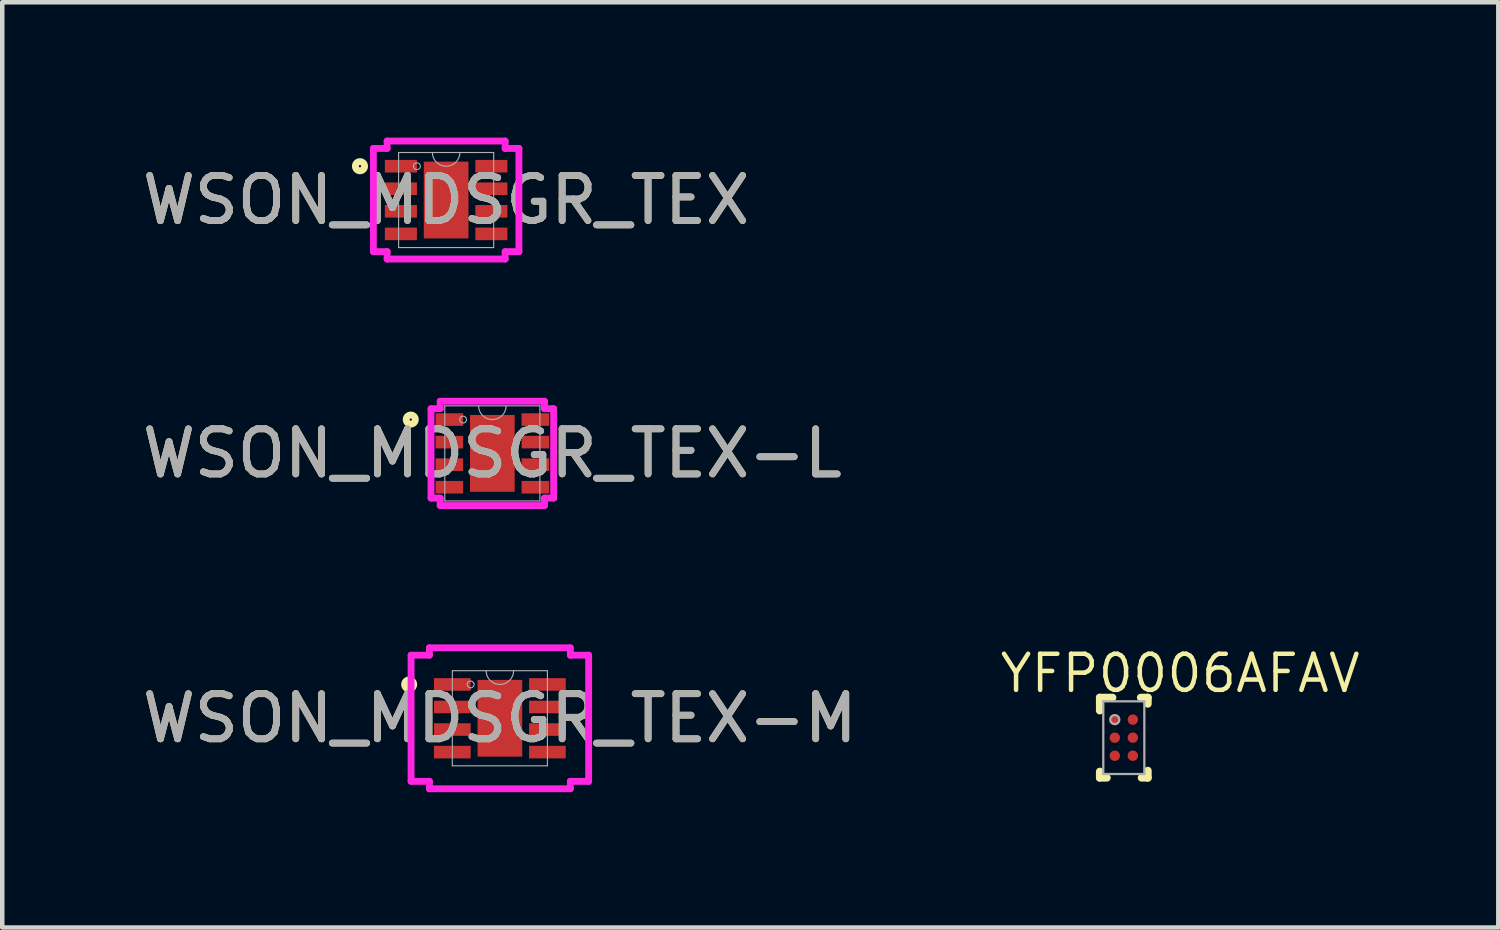
<source format=kicad_pcb>
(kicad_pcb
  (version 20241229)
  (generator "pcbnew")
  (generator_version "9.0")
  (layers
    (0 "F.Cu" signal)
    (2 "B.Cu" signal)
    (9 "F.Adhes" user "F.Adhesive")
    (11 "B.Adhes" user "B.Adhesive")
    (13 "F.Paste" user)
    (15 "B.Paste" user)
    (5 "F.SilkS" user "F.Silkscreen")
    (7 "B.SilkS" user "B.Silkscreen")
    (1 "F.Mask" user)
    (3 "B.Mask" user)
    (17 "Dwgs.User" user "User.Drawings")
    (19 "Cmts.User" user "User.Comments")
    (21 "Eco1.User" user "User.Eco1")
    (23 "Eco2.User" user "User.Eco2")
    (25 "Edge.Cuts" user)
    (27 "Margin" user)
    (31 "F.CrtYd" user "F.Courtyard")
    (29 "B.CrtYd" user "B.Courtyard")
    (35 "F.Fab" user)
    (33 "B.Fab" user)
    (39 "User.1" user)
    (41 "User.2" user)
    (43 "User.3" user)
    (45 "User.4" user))
  (footprint "WSON_MDSGR_TEX"
    (layer "F.Cu")
    (at 6.839 1.384)
    (property "Reference" "WSON_MDSGR_TEX" (at 0 0 0) (unlocked yes) (layer "F.SilkS") (effects (font (size 1 1) (thickness 0.15))))
    (attr smd)
    (fp_circle (center -1.91 -0.75) (end -1.808 -0.75) (stroke (width 0.152) (type solid)) (fill no) (layer "F.SilkS"))
    (fp_line (start -1.613 -1.144) (end -1.308 -1.144) (stroke (width 0.152) (type solid)) (layer "F.CrtYd"))
    (fp_line (start -1.613 1.144) (end -1.613 -1.144) (stroke (width 0.152) (type solid)) (layer "F.CrtYd"))
    (fp_line (start -1.613 1.144) (end -1.308 1.144) (stroke (width 0.152) (type solid)) (layer "F.CrtYd"))
    (fp_line (start -1.308 -1.308) (end 1.308 -1.308) (stroke (width 0.152) (type solid)) (layer "F.CrtYd"))
    (fp_line (start -1.308 -1.144) (end -1.308 -1.308) (stroke (width 0.152) (type solid)) (layer "F.CrtYd"))
    (fp_line (start -1.308 1.308) (end -1.308 1.144) (stroke (width 0.152) (type solid)) (layer "F.CrtYd"))
    (fp_line (start 1.308 -1.308) (end 1.308 -1.144) (stroke (width 0.152) (type solid)) (layer "F.CrtYd"))
    (fp_line (start 1.308 1.144) (end 1.308 1.308) (stroke (width 0.152) (type solid)) (layer "F.CrtYd"))
    (fp_line (start 1.308 1.308) (end -1.308 1.308) (stroke (width 0.152) (type solid)) (layer "F.CrtYd"))
    (fp_line (start 1.613 -1.144) (end 1.308 -1.144) (stroke (width 0.152) (type solid)) (layer "F.CrtYd"))
    (fp_line (start 1.613 -1.144) (end 1.613 1.144) (stroke (width 0.152) (type solid)) (layer "F.CrtYd"))
    (fp_line (start 1.613 1.144) (end 1.308 1.144) (stroke (width 0.152) (type solid)) (layer "F.CrtYd"))
    (fp_line (start -1.054 -1.054) (end -1.054 1.054) (stroke (width 0.025) (type solid)) (layer "F.Fab"))
    (fp_line (start -1.054 1.054) (end 1.054 1.054) (stroke (width 0.025) (type solid)) (layer "F.Fab"))
    (fp_line (start 1.054 -1.054) (end -1.054 -1.054) (stroke (width 0.025) (type solid)) (layer "F.Fab"))
    (fp_line (start 1.054 1.054) (end 1.054 -1.054) (stroke (width 0.025) (type solid)) (layer "F.Fab"))
    (fp_arc (start 0.3048 -1.0541) (mid 0 -0.7493) (end -0.3048 -1.0541) (stroke (width 0.0254) (type solid)) (layer "F.Fab"))
    (fp_circle (center -0.648 -0.75) (end -0.572 -0.75) (stroke (width 0.025) (type solid)) (fill no) (layer "F.Fab"))
    (fp_text user "${REFERENCE}" (at 0 0 0) (unlocked yes) (layer "F.Fab") (effects (font (size 1 1) (thickness 0.15))))
    (pad "1" smd rect (at -1.003 -0.75) (size 0.711 0.279) (layers "F.Cu" "F.Mask" "F.Paste"))
    (pad "2" smd rect (at -1.003 -0.25) (size 0.711 0.279) (layers "F.Cu" "F.Mask" "F.Paste"))
    (pad "3" smd rect (at -1.003 0.25) (size 0.711 0.279) (layers "F.Cu" "F.Mask" "F.Paste"))
    (pad "4" smd rect (at -1.003 0.75) (size 0.711 0.279) (layers "F.Cu" "F.Mask" "F.Paste"))
    (pad "5" smd rect (at 1.003 0.75) (size 0.711 0.279) (layers "F.Cu" "F.Mask" "F.Paste"))
    (pad "6" smd rect (at 1.003 0.25) (size 0.711 0.279) (layers "F.Cu" "F.Mask" "F.Paste"))
    (pad "7" smd rect (at 1.003 -0.25) (size 0.711 0.279) (layers "F.Cu" "F.Mask" "F.Paste"))
    (pad "8" smd rect (at 1.003 -0.75) (size 0.711 0.279) (layers "F.Cu" "F.Mask" "F.Paste"))
    (pad "9" smd rect (at 0 0) (size 0.991 1.702) (layers "F.Cu" "F.Mask" "F.Paste")))
  (footprint "WSON_MDSGR_TEX-M"
    (layer "F.Cu")
    (at 8.03 12.871)
    (property "Reference" "WSON_MDSGR_TEX-M" (at 0 0 0) (unlocked yes) (layer "F.SilkS") (effects (font (size 1 1) (thickness 0.15))))
    (attr smd)
    (fp_circle (center -2.011 -0.75) (end -1.91 -0.75) (stroke (width 0.152) (type solid)) (fill no) (layer "F.SilkS"))
    (fp_line (start -1.968 -1.398) (end -1.562 -1.398) (stroke (width 0.152) (type solid)) (layer "F.CrtYd"))
    (fp_line (start -1.968 1.398) (end -1.968 -1.398) (stroke (width 0.152) (type solid)) (layer "F.CrtYd"))
    (fp_line (start -1.968 1.398) (end -1.562 1.398) (stroke (width 0.152) (type solid)) (layer "F.CrtYd"))
    (fp_line (start -1.562 -1.562) (end 1.562 -1.562) (stroke (width 0.152) (type solid)) (layer "F.CrtYd"))
    (fp_line (start -1.562 -1.398) (end -1.562 -1.562) (stroke (width 0.152) (type solid)) (layer "F.CrtYd"))
    (fp_line (start -1.562 1.562) (end -1.562 1.398) (stroke (width 0.152) (type solid)) (layer "F.CrtYd"))
    (fp_line (start 1.562 -1.562) (end 1.562 -1.398) (stroke (width 0.152) (type solid)) (layer "F.CrtYd"))
    (fp_line (start 1.562 1.398) (end 1.562 1.562) (stroke (width 0.152) (type solid)) (layer "F.CrtYd"))
    (fp_line (start 1.562 1.562) (end -1.562 1.562) (stroke (width 0.152) (type solid)) (layer "F.CrtYd"))
    (fp_line (start 1.968 -1.398) (end 1.562 -1.398) (stroke (width 0.152) (type solid)) (layer "F.CrtYd"))
    (fp_line (start 1.968 -1.398) (end 1.968 1.398) (stroke (width 0.152) (type solid)) (layer "F.CrtYd"))
    (fp_line (start 1.968 1.398) (end 1.562 1.398) (stroke (width 0.152) (type solid)) (layer "F.CrtYd"))
    (fp_line (start -1.054 -1.054) (end -1.054 1.054) (stroke (width 0.025) (type solid)) (layer "F.Fab"))
    (fp_line (start -1.054 1.054) (end 1.054 1.054) (stroke (width 0.025) (type solid)) (layer "F.Fab"))
    (fp_line (start 1.054 -1.054) (end -1.054 -1.054) (stroke (width 0.025) (type solid)) (layer "F.Fab"))
    (fp_line (start 1.054 1.054) (end 1.054 -1.054) (stroke (width 0.025) (type solid)) (layer "F.Fab"))
    (fp_arc (start 0.3048 -1.0541) (mid 0 -0.7493) (end -0.3048 -1.0541) (stroke (width 0.0254) (type solid)) (layer "F.Fab"))
    (fp_circle (center -0.648 -0.75) (end -0.572 -0.75) (stroke (width 0.025) (type solid)) (fill no) (layer "F.Fab"))
    (fp_text user "${REFERENCE}" (at 0 0 0) (unlocked yes) (layer "F.Fab") (effects (font (size 1 1) (thickness 0.15))))
    (pad "1" smd rect (at -1.054 -0.75) (size 0.813 0.279) (layers "F.Cu" "F.Mask" "F.Paste"))
    (pad "2" smd rect (at -1.054 -0.25) (size 0.813 0.279) (layers "F.Cu" "F.Mask" "F.Paste"))
    (pad "3" smd rect (at -1.054 0.25) (size 0.813 0.279) (layers "F.Cu" "F.Mask" "F.Paste"))
    (pad "4" smd rect (at -1.054 0.75) (size 0.813 0.279) (layers "F.Cu" "F.Mask" "F.Paste"))
    (pad "5" smd rect (at 1.054 0.75) (size 0.813 0.279) (layers "F.Cu" "F.Mask" "F.Paste"))
    (pad "6" smd rect (at 1.054 0.25) (size 0.813 0.279) (layers "F.Cu" "F.Mask" "F.Paste"))
    (pad "7" smd rect (at 1.054 -0.25) (size 0.813 0.279) (layers "F.Cu" "F.Mask" "F.Paste"))
    (pad "8" smd rect (at 1.054 -0.75) (size 0.813 0.279) (layers "F.Cu" "F.Mask" "F.Paste"))
    (pad "9" smd rect (at 0 0) (size 0.991 1.702) (layers "F.Cu" "F.Mask" "F.Paste")))
  (footprint "WSON_MDSGR_TEX-L"
    (layer "F.Cu")
    (at 7.863 7)
    (property "Reference" "WSON_MDSGR_TEX-L" (at 0 0 0) (unlocked yes) (layer "F.SilkS") (effects (font (size 1 1) (thickness 0.15))))
    (attr smd)
    (fp_circle (center -1.808 -0.75) (end -1.707 -0.75) (stroke (width 0.152) (type solid)) (fill no) (layer "F.SilkS"))
    (fp_line (start -1.359 -0.991) (end -1.156 -0.991) (stroke (width 0.152) (type solid)) (layer "F.CrtYd"))
    (fp_line (start -1.359 0.991) (end -1.359 -0.991) (stroke (width 0.152) (type solid)) (layer "F.CrtYd"))
    (fp_line (start -1.359 0.991) (end -1.156 0.991) (stroke (width 0.152) (type solid)) (layer "F.CrtYd"))
    (fp_line (start -1.156 -1.156) (end 1.156 -1.156) (stroke (width 0.152) (type solid)) (layer "F.CrtYd"))
    (fp_line (start -1.156 -0.991) (end -1.156 -1.156) (stroke (width 0.152) (type solid)) (layer "F.CrtYd"))
    (fp_line (start -1.156 1.156) (end -1.156 0.991) (stroke (width 0.152) (type solid)) (layer "F.CrtYd"))
    (fp_line (start 1.156 -1.156) (end 1.156 -0.991) (stroke (width 0.152) (type solid)) (layer "F.CrtYd"))
    (fp_line (start 1.156 0.991) (end 1.156 1.156) (stroke (width 0.152) (type solid)) (layer "F.CrtYd"))
    (fp_line (start 1.156 1.156) (end -1.156 1.156) (stroke (width 0.152) (type solid)) (layer "F.CrtYd"))
    (fp_line (start 1.359 -0.991) (end 1.156 -0.991) (stroke (width 0.152) (type solid)) (layer "F.CrtYd"))
    (fp_line (start 1.359 -0.991) (end 1.359 0.991) (stroke (width 0.152) (type solid)) (layer "F.CrtYd"))
    (fp_line (start 1.359 0.991) (end 1.156 0.991) (stroke (width 0.152) (type solid)) (layer "F.CrtYd"))
    (fp_line (start -1.054 -1.054) (end -1.054 1.054) (stroke (width 0.025) (type solid)) (layer "F.Fab"))
    (fp_line (start -1.054 1.054) (end 1.054 1.054) (stroke (width 0.025) (type solid)) (layer "F.Fab"))
    (fp_line (start 1.054 -1.054) (end -1.054 -1.054) (stroke (width 0.025) (type solid)) (layer "F.Fab"))
    (fp_line (start 1.054 1.054) (end 1.054 -1.054) (stroke (width 0.025) (type solid)) (layer "F.Fab"))
    (fp_arc (start 0.3048 -1.0541) (mid 0 -0.7493) (end -0.3048 -1.0541) (stroke (width 0.0254) (type solid)) (layer "F.Fab"))
    (fp_circle (center -0.648 -0.75) (end -0.572 -0.75) (stroke (width 0.025) (type solid)) (fill no) (layer "F.Fab"))
    (fp_text user "${REFERENCE}" (at 0 0 0) (unlocked yes) (layer "F.Fab") (effects (font (size 1 1) (thickness 0.15))))
    (pad "1" smd rect (at -0.953 -0.75) (size 0.61 0.279) (layers "F.Cu" "F.Mask" "F.Paste"))
    (pad "2" smd rect (at -0.953 -0.25) (size 0.61 0.279) (layers "F.Cu" "F.Mask" "F.Paste"))
    (pad "3" smd rect (at -0.953 0.25) (size 0.61 0.279) (layers "F.Cu" "F.Mask" "F.Paste"))
    (pad "4" smd rect (at -0.953 0.75) (size 0.61 0.279) (layers "F.Cu" "F.Mask" "F.Paste"))
    (pad "5" smd rect (at 0.953 0.75) (size 0.61 0.279) (layers "F.Cu" "F.Mask" "F.Paste"))
    (pad "6" smd rect (at 0.953 0.25) (size 0.61 0.279) (layers "F.Cu" "F.Mask" "F.Paste"))
    (pad "7" smd rect (at 0.953 -0.25) (size 0.61 0.279) (layers "F.Cu" "F.Mask" "F.Paste"))
    (pad "8" smd rect (at 0.953 -0.75) (size 0.61 0.279) (layers "F.Cu" "F.Mask" "F.Paste"))
    (pad "9" smd rect (at 0 0) (size 0.991 1.702) (layers "F.Cu" "F.Mask" "F.Paste")))
  (footprint "YFP0006AFAV"
    (layer "F.Cu")
    (at 21.86 13.301)
    (property "Reference" "YFP0006AFAV" (at 1.25 -1.425 0) (unlocked yes) (layer "F.SilkS") (effects (font (size 0.8 0.8) (thickness 0.1))))
    (attr smd)
    (fp_line (start -0.533 -0.889) (end -0.25 -0.889) (stroke (width 0.17) (type solid)) (layer "F.SilkS"))
    (fp_line (start -0.533 -0.6) (end -0.533 -0.889) (stroke (width 0.17) (type solid)) (layer "F.SilkS"))
    (fp_line (start -0.533 0.889) (end -0.533 0.75) (stroke (width 0.17) (type solid)) (layer "F.SilkS"))
    (fp_line (start -0.533 0.889) (end -0.375 0.889) (stroke (width 0.17) (type solid)) (layer "F.SilkS"))
    (fp_line (start 0.375 -0.889) (end 0.533 -0.889) (stroke (width 0.17) (type solid)) (layer "F.SilkS"))
    (fp_line (start 0.394 0.889) (end 0.533 0.889) (stroke (width 0.17) (type solid)) (layer "F.SilkS"))
    (fp_line (start 0.533 -0.75) (end 0.533 -0.889) (stroke (width 0.17) (type solid)) (layer "F.SilkS"))
    (fp_line (start 0.533 0.889) (end 0.533 0.731) (stroke (width 0.17) (type solid)) (layer "F.SilkS"))
    (fp_circle (center -0.275 -0.475) (end -0.25 -0.475) (stroke (width 0.05) (type solid)) (fill no) (layer "F.Paste"))
    (fp_circle (center -0.275 -0.325) (end -0.25 -0.325) (stroke (width 0.05) (type solid)) (fill no) (layer "F.Paste"))
    (fp_circle (center -0.275 -0.075) (end -0.25 -0.075) (stroke (width 0.05) (type solid)) (fill no) (layer "F.Paste"))
    (fp_circle (center -0.275 0.075) (end -0.25 0.075) (stroke (width 0.05) (type solid)) (fill no) (layer "F.Paste"))
    (fp_circle (center -0.275 0.325) (end -0.25 0.325) (stroke (width 0.05) (type solid)) (fill no) (layer "F.Paste"))
    (fp_circle (center -0.275 0.475) (end -0.25 0.475) (stroke (width 0.05) (type solid)) (fill no) (layer "F.Paste"))
    (fp_circle (center -0.125 -0.475) (end -0.1 -0.475) (stroke (width 0.05) (type solid)) (fill no) (layer "F.Paste"))
    (fp_circle (center -0.125 -0.325) (end -0.1 -0.325) (stroke (width 0.05) (type solid)) (fill no) (layer "F.Paste"))
    (fp_circle (center -0.125 -0.075) (end -0.1 -0.075) (stroke (width 0.05) (type solid)) (fill no) (layer "F.Paste"))
    (fp_circle (center -0.125 0.075) (end -0.1 0.075) (stroke (width 0.05) (type solid)) (fill no) (layer "F.Paste"))
    (fp_circle (center -0.125 0.325) (end -0.1 0.325) (stroke (width 0.05) (type solid)) (fill no) (layer "F.Paste"))
    (fp_circle (center -0.125 0.475) (end -0.1 0.475) (stroke (width 0.05) (type solid)) (fill no) (layer "F.Paste"))
    (fp_circle (center 0.125 -0.475) (end 0.15 -0.475) (stroke (width 0.05) (type solid)) (fill no) (layer "F.Paste"))
    (fp_circle (center 0.125 -0.325) (end 0.15 -0.325) (stroke (width 0.05) (type solid)) (fill no) (layer "F.Paste"))
    (fp_circle (center 0.125 -0.075) (end 0.15 -0.075) (stroke (width 0.05) (type solid)) (fill no) (layer "F.Paste"))
    (fp_circle (center 0.125 0.075) (end 0.15 0.075) (stroke (width 0.05) (type solid)) (fill no) (layer "F.Paste"))
    (fp_circle (center 0.125 0.325) (end 0.15 0.325) (stroke (width 0.05) (type solid)) (fill no) (layer "F.Paste"))
    (fp_circle (center 0.125 0.475) (end 0.15 0.475) (stroke (width 0.05) (type solid)) (fill no) (layer "F.Paste"))
    (fp_circle (center 0.275 -0.475) (end 0.3 -0.475) (stroke (width 0.05) (type solid)) (fill no) (layer "F.Paste"))
    (fp_circle (center 0.275 -0.325) (end 0.3 -0.325) (stroke (width 0.05) (type solid)) (fill no) (layer "F.Paste"))
    (fp_circle (center 0.275 -0.075) (end 0.3 -0.075) (stroke (width 0.05) (type solid)) (fill no) (layer "F.Paste"))
    (fp_circle (center 0.275 0.075) (end 0.3 0.075) (stroke (width 0.05) (type solid)) (fill no) (layer "F.Paste"))
    (fp_circle (center 0.275 0.325) (end 0.3 0.325) (stroke (width 0.05) (type solid)) (fill no) (layer "F.Paste"))
    (fp_circle (center 0.275 0.475) (end 0.3 0.475) (stroke (width 0.05) (type solid)) (fill no) (layer "F.Paste"))
    (fp_poly (pts (xy -0.325 -0.475) (xy -0.325 -0.325) (xy -0.275 -0.325) (xy -0.275 -0.475)) (stroke (width 0) (type solid)) (fill yes) (layer "F.Paste"))
    (fp_poly (pts (xy -0.325 -0.075) (xy -0.325 0.075) (xy -0.275 0.075) (xy -0.275 -0.075)) (stroke (width 0) (type solid)) (fill yes) (layer "F.Paste"))
    (fp_poly (pts (xy -0.325 0.325) (xy -0.325 0.475) (xy -0.275 0.475) (xy -0.275 0.325)) (stroke (width 0) (type solid)) (fill yes) (layer "F.Paste"))
    (fp_poly (pts (xy -0.275 -0.475) (xy -0.275 -0.325) (xy -0.125 -0.325) (xy -0.125 -0.475)) (stroke (width 0) (type solid)) (fill yes) (layer "F.Paste"))
    (fp_poly (pts (xy -0.275 -0.275) (xy -0.125 -0.275) (xy -0.125 -0.325) (xy -0.275 -0.325)) (stroke (width 0) (type solid)) (fill yes) (layer "F.Paste"))
    (fp_poly (pts (xy -0.275 -0.075) (xy -0.275 0.075) (xy -0.125 0.075) (xy -0.125 -0.075)) (stroke (width 0) (type solid)) (fill yes) (layer "F.Paste"))
    (fp_poly (pts (xy -0.275 0.125) (xy -0.125 0.125) (xy -0.125 0.075) (xy -0.275 0.075)) (stroke (width 0) (type solid)) (fill yes) (layer "F.Paste"))
    (fp_poly (pts (xy -0.275 0.325) (xy -0.275 0.475) (xy -0.125 0.475) (xy -0.125 0.325)) (stroke (width 0) (type solid)) (fill yes) (layer "F.Paste"))
    (fp_poly (pts (xy -0.275 0.525) (xy -0.125 0.525) (xy -0.125 0.475) (xy -0.275 0.475)) (stroke (width 0) (type solid)) (fill yes) (layer "F.Paste"))
    (fp_poly (pts (xy -0.125 -0.525) (xy -0.275 -0.525) (xy -0.275 -0.475) (xy -0.125 -0.475)) (stroke (width 0) (type solid)) (fill yes) (layer "F.Paste"))
    (fp_poly (pts (xy -0.125 -0.125) (xy -0.275 -0.125) (xy -0.275 -0.075) (xy -0.125 -0.075)) (stroke (width 0) (type solid)) (fill yes) (layer "F.Paste"))
    (fp_poly (pts (xy -0.125 0.275) (xy -0.275 0.275) (xy -0.275 0.325) (xy -0.125 0.325)) (stroke (width 0) (type solid)) (fill yes) (layer "F.Paste"))
    (fp_poly (pts (xy -0.075 -0.325) (xy -0.075 -0.475) (xy -0.125 -0.475) (xy -0.125 -0.325)) (stroke (width 0) (type solid)) (fill yes) (layer "F.Paste"))
    (fp_poly (pts (xy -0.075 0.075) (xy -0.075 -0.075) (xy -0.125 -0.075) (xy -0.125 0.075)) (stroke (width 0) (type solid)) (fill yes) (layer "F.Paste"))
    (fp_poly (pts (xy -0.075 0.475) (xy -0.075 0.325) (xy -0.125 0.325) (xy -0.125 0.475)) (stroke (width 0) (type solid)) (fill yes) (layer "F.Paste"))
    (fp_poly (pts (xy 0.075 -0.475) (xy 0.075 -0.325) (xy 0.125 -0.325) (xy 0.125 -0.475)) (stroke (width 0) (type solid)) (fill yes) (layer "F.Paste"))
    (fp_poly (pts (xy 0.075 -0.075) (xy 0.075 0.075) (xy 0.125 0.075) (xy 0.125 -0.075)) (stroke (width 0) (type solid)) (fill yes) (layer "F.Paste"))
    (fp_poly (pts (xy 0.075 0.325) (xy 0.075 0.475) (xy 0.125 0.475) (xy 0.125 0.325)) (stroke (width 0) (type solid)) (fill yes) (layer "F.Paste"))
    (fp_poly (pts (xy 0.125 -0.475) (xy 0.125 -0.325) (xy 0.275 -0.325) (xy 0.275 -0.475)) (stroke (width 0) (type solid)) (fill yes) (layer "F.Paste"))
    (fp_poly (pts (xy 0.125 -0.275) (xy 0.275 -0.275) (xy 0.275 -0.325) (xy 0.125 -0.325)) (stroke (width 0) (type solid)) (fill yes) (layer "F.Paste"))
    (fp_poly (pts (xy 0.125 -0.075) (xy 0.125 0.075) (xy 0.275 0.075) (xy 0.275 -0.075)) (stroke (width 0) (type solid)) (fill yes) (layer "F.Paste"))
    (fp_poly (pts (xy 0.125 0.125) (xy 0.275 0.125) (xy 0.275 0.075) (xy 0.125 0.075)) (stroke (width 0) (type solid)) (fill yes) (layer "F.Paste"))
    (fp_poly (pts (xy 0.125 0.325) (xy 0.125 0.475) (xy 0.275 0.475) (xy 0.275 0.325)) (stroke (width 0) (type solid)) (fill yes) (layer "F.Paste"))
    (fp_poly (pts (xy 0.125 0.525) (xy 0.275 0.525) (xy 0.275 0.475) (xy 0.125 0.475)) (stroke (width 0) (type solid)) (fill yes) (layer "F.Paste"))
    (fp_poly (pts (xy 0.275 -0.525) (xy 0.125 -0.525) (xy 0.125 -0.475) (xy 0.275 -0.475)) (stroke (width 0) (type solid)) (fill yes) (layer "F.Paste"))
    (fp_poly (pts (xy 0.275 -0.125) (xy 0.125 -0.125) (xy 0.125 -0.075) (xy 0.275 -0.075)) (stroke (width 0) (type solid)) (fill yes) (layer "F.Paste"))
    (fp_poly (pts (xy 0.275 0.275) (xy 0.125 0.275) (xy 0.125 0.325) (xy 0.275 0.325)) (stroke (width 0) (type solid)) (fill yes) (layer "F.Paste"))
    (fp_poly (pts (xy 0.325 -0.325) (xy 0.325 -0.475) (xy 0.275 -0.475) (xy 0.275 -0.325)) (stroke (width 0) (type solid)) (fill yes) (layer "F.Paste"))
    (fp_poly (pts (xy 0.325 0.075) (xy 0.325 -0.075) (xy 0.275 -0.075) (xy 0.275 0.075)) (stroke (width 0) (type solid)) (fill yes) (layer "F.Paste"))
    (fp_poly (pts (xy 0.325 0.475) (xy 0.325 0.325) (xy 0.275 0.325) (xy 0.275 0.475)) (stroke (width 0) (type solid)) (fill yes) (layer "F.Paste"))
    (fp_line (start -0.455 -0.805) (end 0.455 -0.805) (stroke (width 0.05) (type solid)) (layer "F.Fab"))
    (fp_line (start -0.455 0.805) (end -0.455 -0.805) (stroke (width 0.05) (type solid)) (layer "F.Fab"))
    (fp_line (start -0.455 0.805) (end 0.455 0.805) (stroke (width 0.05) (type solid)) (layer "F.Fab"))
    (fp_line (start 0.455 0.805) (end 0.455 -0.805) (stroke (width 0.05) (type solid)) (layer "F.Fab"))
    (fp_circle (center -0.2 -0.4) (end -0.1 -0.4) (stroke (width 0.05) (type solid)) (fill no) (layer "F.Fab"))
    (pad "A1" smd circle (at -0.2 -0.4) (size 0.23 0.23) (layers "F.Cu" "F.Mask"))
    (pad "A2" smd circle (at 0.2 -0.4) (size 0.23 0.23) (layers "F.Cu" "F.Mask"))
    (pad "B1" smd circle (at -0.2 0) (size 0.23 0.23) (layers "F.Cu" "F.Mask"))
    (pad "B2" smd circle (at 0.2 0) (size 0.23 0.23) (layers "F.Cu" "F.Mask"))
    (pad "C1" smd circle (at -0.2 0.4) (size 0.23 0.23) (layers "F.Cu" "F.Mask"))
    (pad "C2" smd circle (at 0.2 0.4) (size 0.23 0.23) (layers "F.Cu" "F.Mask")))
  (gr_rect
    (start -3 -3)
    (end 30.161 17.509)
    (stroke (width 0.1) (type default))
    (fill no)
    (layer "Edge.Cuts")))
</source>
